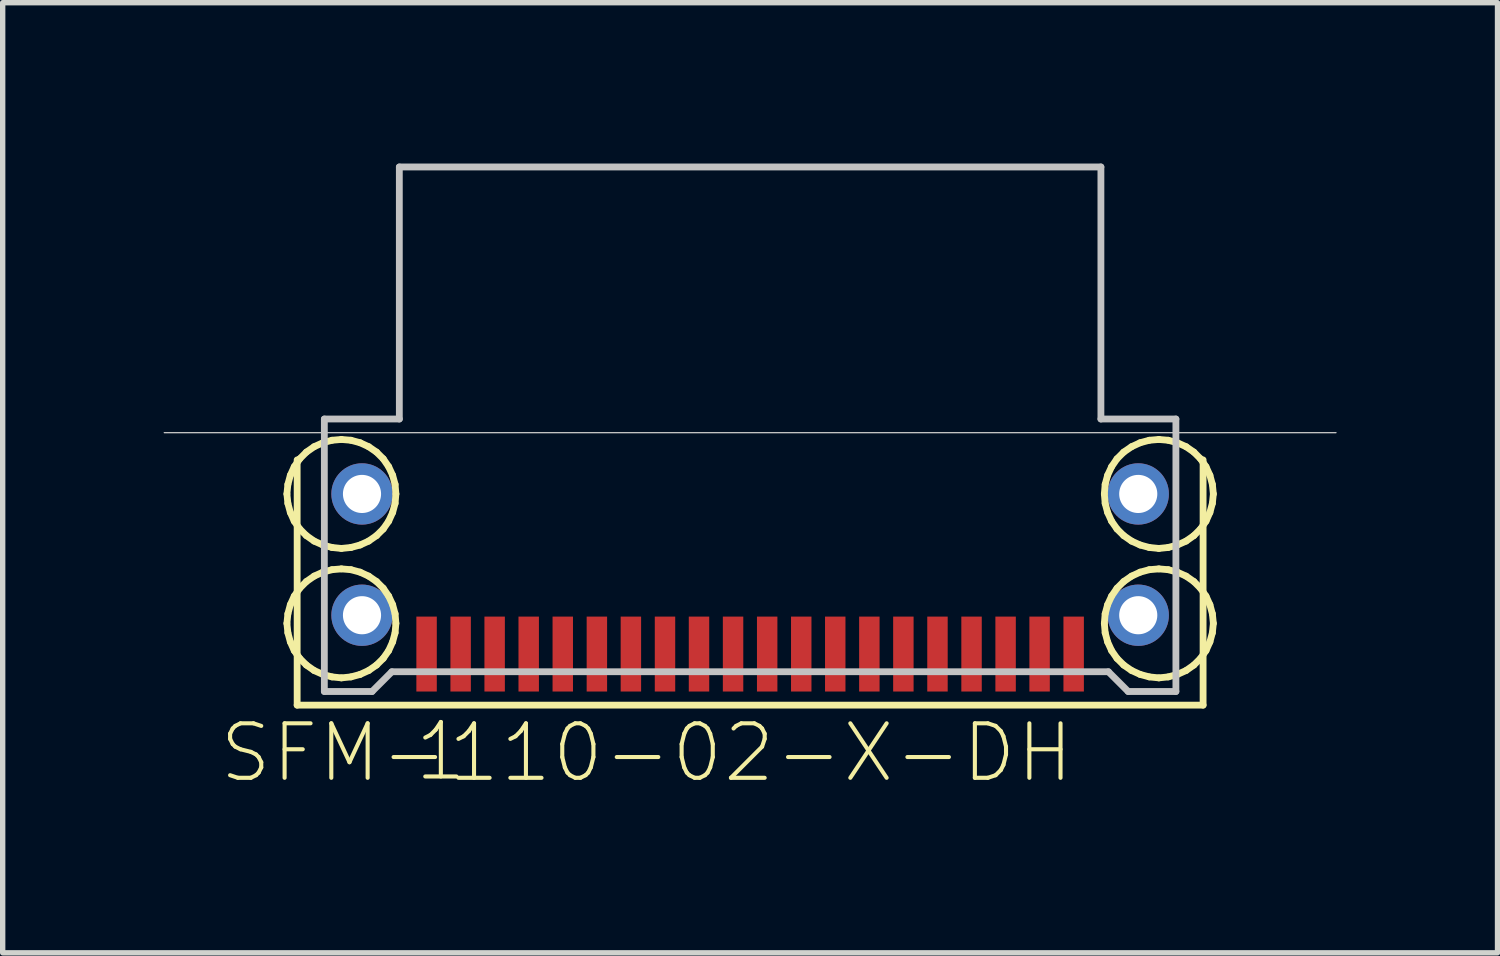
<source format=kicad_pcb>
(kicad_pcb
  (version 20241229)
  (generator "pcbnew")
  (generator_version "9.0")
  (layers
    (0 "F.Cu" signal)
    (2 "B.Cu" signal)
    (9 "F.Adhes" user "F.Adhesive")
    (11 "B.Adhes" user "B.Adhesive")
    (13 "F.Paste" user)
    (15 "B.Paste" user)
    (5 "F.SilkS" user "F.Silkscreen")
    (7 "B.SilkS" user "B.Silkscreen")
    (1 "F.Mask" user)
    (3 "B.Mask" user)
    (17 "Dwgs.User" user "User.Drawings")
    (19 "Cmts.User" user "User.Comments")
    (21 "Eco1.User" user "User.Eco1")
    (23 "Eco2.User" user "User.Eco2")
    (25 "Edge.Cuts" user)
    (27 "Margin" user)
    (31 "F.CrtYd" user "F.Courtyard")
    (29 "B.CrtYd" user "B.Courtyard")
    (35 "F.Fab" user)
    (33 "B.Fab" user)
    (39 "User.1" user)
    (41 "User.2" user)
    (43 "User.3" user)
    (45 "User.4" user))
  (footprint "SFM-110-02-X-DH"
    (layer "F.Cu")
    (at 10.935 5.016)
    (property "Reference" "SFM-110-02-X-DH" (at -1.93 5.969 0) (layer "F.SilkS") (effects (font (size 1.016 1.016) (thickness 0.076))))
    (attr smd)
    (fp_line (start -8.636 1.143) (end -8.618 0.965) (stroke (width 0.127) (type solid)) (layer "F.SilkS"))
    (fp_line (start -8.636 3.556) (end -8.618 3.378) (stroke (width 0.127) (type solid)) (layer "F.SilkS"))
    (fp_line (start -8.618 0.965) (end -8.572 0.795) (stroke (width 0.127) (type solid)) (layer "F.SilkS"))
    (fp_line (start -8.618 1.318) (end -8.636 1.143) (stroke (width 0.127) (type solid)) (layer "F.SilkS"))
    (fp_line (start -8.618 3.378) (end -8.572 3.208) (stroke (width 0.127) (type solid)) (layer "F.SilkS"))
    (fp_line (start -8.618 3.731) (end -8.636 3.556) (stroke (width 0.127) (type solid)) (layer "F.SilkS"))
    (fp_line (start -8.572 0.795) (end -8.499 0.635) (stroke (width 0.127) (type solid)) (layer "F.SilkS"))
    (fp_line (start -8.572 1.488) (end -8.618 1.318) (stroke (width 0.127) (type solid)) (layer "F.SilkS"))
    (fp_line (start -8.572 3.208) (end -8.499 3.048) (stroke (width 0.127) (type solid)) (layer "F.SilkS"))
    (fp_line (start -8.572 3.901) (end -8.618 3.731) (stroke (width 0.127) (type solid)) (layer "F.SilkS"))
    (fp_line (start -8.499 0.635) (end -8.397 0.488) (stroke (width 0.127) (type solid)) (layer "F.SilkS"))
    (fp_line (start -8.499 1.651) (end -8.572 1.488) (stroke (width 0.127) (type solid)) (layer "F.SilkS"))
    (fp_line (start -8.499 3.048) (end -8.397 2.901) (stroke (width 0.127) (type solid)) (layer "F.SilkS"))
    (fp_line (start -8.499 4.064) (end -8.572 3.901) (stroke (width 0.127) (type solid)) (layer "F.SilkS"))
    (fp_line (start -8.445 0.508) (end -8.445 5.08) (stroke (width 0.127) (type solid)) (layer "F.SilkS"))
    (fp_line (start -8.445 5.08) (end 8.445 5.08) (stroke (width 0.127) (type solid)) (layer "F.SilkS"))
    (fp_line (start -8.397 0.488) (end -8.273 0.363) (stroke (width 0.127) (type solid)) (layer "F.SilkS"))
    (fp_line (start -8.397 1.796) (end -8.499 1.651) (stroke (width 0.127) (type solid)) (layer "F.SilkS"))
    (fp_line (start -8.397 2.901) (end -8.273 2.776) (stroke (width 0.127) (type solid)) (layer "F.SilkS"))
    (fp_line (start -8.397 4.209) (end -8.499 4.064) (stroke (width 0.127) (type solid)) (layer "F.SilkS"))
    (fp_line (start -8.273 0.363) (end -8.128 0.262) (stroke (width 0.127) (type solid)) (layer "F.SilkS"))
    (fp_line (start -8.273 1.92) (end -8.397 1.796) (stroke (width 0.127) (type solid)) (layer "F.SilkS"))
    (fp_line (start -8.273 2.776) (end -8.128 2.675) (stroke (width 0.127) (type solid)) (layer "F.SilkS"))
    (fp_line (start -8.273 4.333) (end -8.397 4.209) (stroke (width 0.127) (type solid)) (layer "F.SilkS"))
    (fp_line (start -8.128 0.262) (end -7.965 0.188) (stroke (width 0.127) (type solid)) (layer "F.SilkS"))
    (fp_line (start -8.128 2.022) (end -8.273 1.92) (stroke (width 0.127) (type solid)) (layer "F.SilkS"))
    (fp_line (start -8.128 2.675) (end -7.965 2.601) (stroke (width 0.127) (type solid)) (layer "F.SilkS"))
    (fp_line (start -8.128 4.435) (end -8.273 4.333) (stroke (width 0.127) (type solid)) (layer "F.SilkS"))
    (fp_line (start -7.965 0.188) (end -7.795 0.142) (stroke (width 0.127) (type solid)) (layer "F.SilkS"))
    (fp_line (start -7.965 2.095) (end -8.128 2.022) (stroke (width 0.127) (type solid)) (layer "F.SilkS"))
    (fp_line (start -7.965 2.601) (end -7.795 2.555) (stroke (width 0.127) (type solid)) (layer "F.SilkS"))
    (fp_line (start -7.965 4.508) (end -8.128 4.435) (stroke (width 0.127) (type solid)) (layer "F.SilkS"))
    (fp_line (start -7.795 0.142) (end -7.62 0.127) (stroke (width 0.127) (type solid)) (layer "F.SilkS"))
    (fp_line (start -7.795 2.141) (end -7.965 2.095) (stroke (width 0.127) (type solid)) (layer "F.SilkS"))
    (fp_line (start -7.795 2.555) (end -7.62 2.54) (stroke (width 0.127) (type solid)) (layer "F.SilkS"))
    (fp_line (start -7.795 4.554) (end -7.965 4.508) (stroke (width 0.127) (type solid)) (layer "F.SilkS"))
    (fp_line (start -7.62 0.127) (end -7.442 0.142) (stroke (width 0.127) (type solid)) (layer "F.SilkS"))
    (fp_line (start -7.62 2.159) (end -7.795 2.141) (stroke (width 0.127) (type solid)) (layer "F.SilkS"))
    (fp_line (start -7.62 2.54) (end -7.442 2.555) (stroke (width 0.127) (type solid)) (layer "F.SilkS"))
    (fp_line (start -7.62 4.572) (end -7.795 4.554) (stroke (width 0.127) (type solid)) (layer "F.SilkS"))
    (fp_line (start -7.442 0.142) (end -7.272 0.188) (stroke (width 0.127) (type solid)) (layer "F.SilkS"))
    (fp_line (start -7.442 2.141) (end -7.62 2.159) (stroke (width 0.127) (type solid)) (layer "F.SilkS"))
    (fp_line (start -7.442 2.555) (end -7.272 2.601) (stroke (width 0.127) (type solid)) (layer "F.SilkS"))
    (fp_line (start -7.442 4.554) (end -7.62 4.572) (stroke (width 0.127) (type solid)) (layer "F.SilkS"))
    (fp_line (start -7.272 0.188) (end -7.112 0.262) (stroke (width 0.127) (type solid)) (layer "F.SilkS"))
    (fp_line (start -7.272 2.095) (end -7.442 2.141) (stroke (width 0.127) (type solid)) (layer "F.SilkS"))
    (fp_line (start -7.272 2.601) (end -7.112 2.675) (stroke (width 0.127) (type solid)) (layer "F.SilkS"))
    (fp_line (start -7.272 4.508) (end -7.442 4.554) (stroke (width 0.127) (type solid)) (layer "F.SilkS"))
    (fp_line (start -7.112 0.262) (end -6.965 0.363) (stroke (width 0.127) (type solid)) (layer "F.SilkS"))
    (fp_line (start -7.112 2.022) (end -7.272 2.095) (stroke (width 0.127) (type solid)) (layer "F.SilkS"))
    (fp_line (start -7.112 2.675) (end -6.965 2.776) (stroke (width 0.127) (type solid)) (layer "F.SilkS"))
    (fp_line (start -7.112 4.435) (end -7.272 4.508) (stroke (width 0.127) (type solid)) (layer "F.SilkS"))
    (fp_line (start -6.965 0.363) (end -6.84 0.488) (stroke (width 0.127) (type solid)) (layer "F.SilkS"))
    (fp_line (start -6.965 1.92) (end -7.112 2.022) (stroke (width 0.127) (type solid)) (layer "F.SilkS"))
    (fp_line (start -6.965 2.776) (end -6.84 2.901) (stroke (width 0.127) (type solid)) (layer "F.SilkS"))
    (fp_line (start -6.965 4.333) (end -7.112 4.435) (stroke (width 0.127) (type solid)) (layer "F.SilkS"))
    (fp_line (start -6.84 0.488) (end -6.739 0.635) (stroke (width 0.127) (type solid)) (layer "F.SilkS"))
    (fp_line (start -6.84 1.796) (end -6.965 1.92) (stroke (width 0.127) (type solid)) (layer "F.SilkS"))
    (fp_line (start -6.84 2.901) (end -6.739 3.048) (stroke (width 0.127) (type solid)) (layer "F.SilkS"))
    (fp_line (start -6.84 4.209) (end -6.965 4.333) (stroke (width 0.127) (type solid)) (layer "F.SilkS"))
    (fp_line (start -6.739 0.635) (end -6.665 0.795) (stroke (width 0.127) (type solid)) (layer "F.SilkS"))
    (fp_line (start -6.739 1.651) (end -6.84 1.796) (stroke (width 0.127) (type solid)) (layer "F.SilkS"))
    (fp_line (start -6.739 3.048) (end -6.665 3.208) (stroke (width 0.127) (type solid)) (layer "F.SilkS"))
    (fp_line (start -6.739 4.064) (end -6.84 4.209) (stroke (width 0.127) (type solid)) (layer "F.SilkS"))
    (fp_line (start -6.665 0.795) (end -6.619 0.965) (stroke (width 0.127) (type solid)) (layer "F.SilkS"))
    (fp_line (start -6.665 1.488) (end -6.739 1.651) (stroke (width 0.127) (type solid)) (layer "F.SilkS"))
    (fp_line (start -6.665 3.208) (end -6.619 3.378) (stroke (width 0.127) (type solid)) (layer "F.SilkS"))
    (fp_line (start -6.665 3.901) (end -6.739 4.064) (stroke (width 0.127) (type solid)) (layer "F.SilkS"))
    (fp_line (start -6.619 0.965) (end -6.604 1.143) (stroke (width 0.127) (type solid)) (layer "F.SilkS"))
    (fp_line (start -6.619 1.318) (end -6.665 1.488) (stroke (width 0.127) (type solid)) (layer "F.SilkS"))
    (fp_line (start -6.619 3.378) (end -6.604 3.556) (stroke (width 0.127) (type solid)) (layer "F.SilkS"))
    (fp_line (start -6.619 3.731) (end -6.665 3.901) (stroke (width 0.127) (type solid)) (layer "F.SilkS"))
    (fp_line (start -6.604 1.143) (end -6.619 1.318) (stroke (width 0.127) (type solid)) (layer "F.SilkS"))
    (fp_line (start -6.604 3.556) (end -6.619 3.731) (stroke (width 0.127) (type solid)) (layer "F.SilkS"))
    (fp_line (start 6.604 1.143) (end 6.619 0.965) (stroke (width 0.127) (type solid)) (layer "F.SilkS"))
    (fp_line (start 6.604 3.556) (end 6.619 3.378) (stroke (width 0.127) (type solid)) (layer "F.SilkS"))
    (fp_line (start 6.619 0.965) (end 6.665 0.795) (stroke (width 0.127) (type solid)) (layer "F.SilkS"))
    (fp_line (start 6.619 1.318) (end 6.604 1.143) (stroke (width 0.127) (type solid)) (layer "F.SilkS"))
    (fp_line (start 6.619 3.378) (end 6.665 3.208) (stroke (width 0.127) (type solid)) (layer "F.SilkS"))
    (fp_line (start 6.619 3.731) (end 6.604 3.556) (stroke (width 0.127) (type solid)) (layer "F.SilkS"))
    (fp_line (start 6.665 0.795) (end 6.739 0.635) (stroke (width 0.127) (type solid)) (layer "F.SilkS"))
    (fp_line (start 6.665 1.488) (end 6.619 1.318) (stroke (width 0.127) (type solid)) (layer "F.SilkS"))
    (fp_line (start 6.665 3.208) (end 6.739 3.048) (stroke (width 0.127) (type solid)) (layer "F.SilkS"))
    (fp_line (start 6.665 3.901) (end 6.619 3.731) (stroke (width 0.127) (type solid)) (layer "F.SilkS"))
    (fp_line (start 6.739 0.635) (end 6.84 0.488) (stroke (width 0.127) (type solid)) (layer "F.SilkS"))
    (fp_line (start 6.739 1.651) (end 6.665 1.488) (stroke (width 0.127) (type solid)) (layer "F.SilkS"))
    (fp_line (start 6.739 3.048) (end 6.84 2.901) (stroke (width 0.127) (type solid)) (layer "F.SilkS"))
    (fp_line (start 6.739 4.064) (end 6.665 3.901) (stroke (width 0.127) (type solid)) (layer "F.SilkS"))
    (fp_line (start 6.84 0.488) (end 6.965 0.363) (stroke (width 0.127) (type solid)) (layer "F.SilkS"))
    (fp_line (start 6.84 1.796) (end 6.739 1.651) (stroke (width 0.127) (type solid)) (layer "F.SilkS"))
    (fp_line (start 6.84 2.901) (end 6.965 2.776) (stroke (width 0.127) (type solid)) (layer "F.SilkS"))
    (fp_line (start 6.84 4.209) (end 6.739 4.064) (stroke (width 0.127) (type solid)) (layer "F.SilkS"))
    (fp_line (start 6.965 0.363) (end 7.112 0.262) (stroke (width 0.127) (type solid)) (layer "F.SilkS"))
    (fp_line (start 6.965 1.92) (end 6.84 1.796) (stroke (width 0.127) (type solid)) (layer "F.SilkS"))
    (fp_line (start 6.965 2.776) (end 7.112 2.675) (stroke (width 0.127) (type solid)) (layer "F.SilkS"))
    (fp_line (start 6.965 4.333) (end 6.84 4.209) (stroke (width 0.127) (type solid)) (layer "F.SilkS"))
    (fp_line (start 7.112 0.262) (end 7.272 0.188) (stroke (width 0.127) (type solid)) (layer "F.SilkS"))
    (fp_line (start 7.112 2.022) (end 6.965 1.92) (stroke (width 0.127) (type solid)) (layer "F.SilkS"))
    (fp_line (start 7.112 2.675) (end 7.272 2.601) (stroke (width 0.127) (type solid)) (layer "F.SilkS"))
    (fp_line (start 7.112 4.435) (end 6.965 4.333) (stroke (width 0.127) (type solid)) (layer "F.SilkS"))
    (fp_line (start 7.272 0.188) (end 7.442 0.142) (stroke (width 0.127) (type solid)) (layer "F.SilkS"))
    (fp_line (start 7.272 2.095) (end 7.112 2.022) (stroke (width 0.127) (type solid)) (layer "F.SilkS"))
    (fp_line (start 7.272 2.601) (end 7.442 2.555) (stroke (width 0.127) (type solid)) (layer "F.SilkS"))
    (fp_line (start 7.272 4.508) (end 7.112 4.435) (stroke (width 0.127) (type solid)) (layer "F.SilkS"))
    (fp_line (start 7.442 0.142) (end 7.62 0.127) (stroke (width 0.127) (type solid)) (layer "F.SilkS"))
    (fp_line (start 7.442 2.141) (end 7.272 2.095) (stroke (width 0.127) (type solid)) (layer "F.SilkS"))
    (fp_line (start 7.442 2.555) (end 7.62 2.54) (stroke (width 0.127) (type solid)) (layer "F.SilkS"))
    (fp_line (start 7.442 4.554) (end 7.272 4.508) (stroke (width 0.127) (type solid)) (layer "F.SilkS"))
    (fp_line (start 7.62 0.127) (end 7.795 0.142) (stroke (width 0.127) (type solid)) (layer "F.SilkS"))
    (fp_line (start 7.62 2.159) (end 7.442 2.141) (stroke (width 0.127) (type solid)) (layer "F.SilkS"))
    (fp_line (start 7.62 2.54) (end 7.795 2.555) (stroke (width 0.127) (type solid)) (layer "F.SilkS"))
    (fp_line (start 7.62 4.572) (end 7.442 4.554) (stroke (width 0.127) (type solid)) (layer "F.SilkS"))
    (fp_line (start 7.795 0.142) (end 7.965 0.188) (stroke (width 0.127) (type solid)) (layer "F.SilkS"))
    (fp_line (start 7.795 2.141) (end 7.62 2.159) (stroke (width 0.127) (type solid)) (layer "F.SilkS"))
    (fp_line (start 7.795 2.555) (end 7.965 2.601) (stroke (width 0.127) (type solid)) (layer "F.SilkS"))
    (fp_line (start 7.795 4.554) (end 7.62 4.572) (stroke (width 0.127) (type solid)) (layer "F.SilkS"))
    (fp_line (start 7.965 0.188) (end 8.128 0.262) (stroke (width 0.127) (type solid)) (layer "F.SilkS"))
    (fp_line (start 7.965 2.095) (end 7.795 2.141) (stroke (width 0.127) (type solid)) (layer "F.SilkS"))
    (fp_line (start 7.965 2.601) (end 8.128 2.675) (stroke (width 0.127) (type solid)) (layer "F.SilkS"))
    (fp_line (start 7.965 4.508) (end 7.795 4.554) (stroke (width 0.127) (type solid)) (layer "F.SilkS"))
    (fp_line (start 8.128 0.262) (end 8.273 0.363) (stroke (width 0.127) (type solid)) (layer "F.SilkS"))
    (fp_line (start 8.128 2.022) (end 7.965 2.095) (stroke (width 0.127) (type solid)) (layer "F.SilkS"))
    (fp_line (start 8.128 2.675) (end 8.273 2.776) (stroke (width 0.127) (type solid)) (layer "F.SilkS"))
    (fp_line (start 8.128 4.435) (end 7.965 4.508) (stroke (width 0.127) (type solid)) (layer "F.SilkS"))
    (fp_line (start 8.273 0.363) (end 8.397 0.488) (stroke (width 0.127) (type solid)) (layer "F.SilkS"))
    (fp_line (start 8.273 1.92) (end 8.128 2.022) (stroke (width 0.127) (type solid)) (layer "F.SilkS"))
    (fp_line (start 8.273 2.776) (end 8.397 2.901) (stroke (width 0.127) (type solid)) (layer "F.SilkS"))
    (fp_line (start 8.273 4.333) (end 8.128 4.435) (stroke (width 0.127) (type solid)) (layer "F.SilkS"))
    (fp_line (start 8.397 0.488) (end 8.499 0.635) (stroke (width 0.127) (type solid)) (layer "F.SilkS"))
    (fp_line (start 8.397 1.796) (end 8.273 1.92) (stroke (width 0.127) (type solid)) (layer "F.SilkS"))
    (fp_line (start 8.397 2.901) (end 8.499 3.048) (stroke (width 0.127) (type solid)) (layer "F.SilkS"))
    (fp_line (start 8.397 4.209) (end 8.273 4.333) (stroke (width 0.127) (type solid)) (layer "F.SilkS"))
    (fp_line (start 8.445 5.08) (end 8.445 0.508) (stroke (width 0.127) (type solid)) (layer "F.SilkS"))
    (fp_line (start 8.499 0.635) (end 8.572 0.795) (stroke (width 0.127) (type solid)) (layer "F.SilkS"))
    (fp_line (start 8.499 1.651) (end 8.397 1.796) (stroke (width 0.127) (type solid)) (layer "F.SilkS"))
    (fp_line (start 8.499 3.048) (end 8.572 3.208) (stroke (width 0.127) (type solid)) (layer "F.SilkS"))
    (fp_line (start 8.499 4.064) (end 8.397 4.209) (stroke (width 0.127) (type solid)) (layer "F.SilkS"))
    (fp_line (start 8.572 0.795) (end 8.618 0.965) (stroke (width 0.127) (type solid)) (layer "F.SilkS"))
    (fp_line (start 8.572 1.488) (end 8.499 1.651) (stroke (width 0.127) (type solid)) (layer "F.SilkS"))
    (fp_line (start 8.572 3.208) (end 8.618 3.378) (stroke (width 0.127) (type solid)) (layer "F.SilkS"))
    (fp_line (start 8.572 3.901) (end 8.499 4.064) (stroke (width 0.127) (type solid)) (layer "F.SilkS"))
    (fp_line (start 8.618 0.965) (end 8.636 1.143) (stroke (width 0.127) (type solid)) (layer "F.SilkS"))
    (fp_line (start 8.618 1.318) (end 8.572 1.488) (stroke (width 0.127) (type solid)) (layer "F.SilkS"))
    (fp_line (start 8.618 3.378) (end 8.636 3.556) (stroke (width 0.127) (type solid)) (layer "F.SilkS"))
    (fp_line (start 8.618 3.731) (end 8.572 3.901) (stroke (width 0.127) (type solid)) (layer "F.SilkS"))
    (fp_line (start 8.636 1.143) (end 8.618 1.318) (stroke (width 0.127) (type solid)) (layer "F.SilkS"))
    (fp_line (start 8.636 3.556) (end 8.618 3.731) (stroke (width 0.127) (type solid)) (layer "F.SilkS"))
    (fp_line (start -10.922 0) (end 10.922 0) (stroke (width 0.025) (type solid)) (layer "Dwgs.User"))
    (fp_line (start -7.938 -0.254) (end -6.54 -0.254) (stroke (width 0.127) (type solid)) (layer "Dwgs.User"))
    (fp_line (start -7.938 4.826) (end -7.938 -0.254) (stroke (width 0.127) (type solid)) (layer "Dwgs.User"))
    (fp_line (start -7.048 4.826) (end -7.938 4.826) (stroke (width 0.127) (type solid)) (layer "Dwgs.User"))
    (fp_line (start -6.68 4.458) (end -7.048 4.826) (stroke (width 0.127) (type solid)) (layer "Dwgs.User"))
    (fp_line (start -6.54 -4.953) (end 6.54 -4.953) (stroke (width 0.127) (type solid)) (layer "Dwgs.User"))
    (fp_line (start -6.54 -0.254) (end -6.54 -4.953) (stroke (width 0.127) (type solid)) (layer "Dwgs.User"))
    (fp_line (start 6.54 -4.953) (end 6.54 -0.254) (stroke (width 0.127) (type solid)) (layer "Dwgs.User"))
    (fp_line (start 6.54 -0.254) (end 7.938 -0.254) (stroke (width 0.127) (type solid)) (layer "Dwgs.User"))
    (fp_line (start 6.68 4.458) (end -6.68 4.458) (stroke (width 0.127) (type solid)) (layer "Dwgs.User"))
    (fp_line (start 7.048 4.826) (end 6.68 4.458) (stroke (width 0.127) (type solid)) (layer "Dwgs.User"))
    (fp_line (start 7.938 -0.254) (end 7.938 4.826) (stroke (width 0.127) (type solid)) (layer "Dwgs.User"))
    (fp_line (start 7.938 4.826) (end 7.048 4.826) (stroke (width 0.127) (type solid)) (layer "Dwgs.User"))
    (fp_text user "1" (at -5.766 5.944 0) (layer "F.SilkS") (effects (font (size 1.016 1.016) (thickness 0.076))))
    (pad "1" smd rect (at -6.032 4.128) (size 0.381 1.397) (layers "F.Cu" "F.Mask" "F.Paste"))
    (pad "2" smd rect (at -5.397 4.128) (size 0.381 1.397) (layers "F.Cu" "F.Mask" "F.Paste"))
    (pad "3" smd rect (at -4.763 4.128) (size 0.381 1.397) (layers "F.Cu" "F.Mask" "F.Paste"))
    (pad "4" smd rect (at -4.128 4.128) (size 0.381 1.397) (layers "F.Cu" "F.Mask" "F.Paste"))
    (pad "5" smd rect (at -3.493 4.128) (size 0.381 1.397) (layers "F.Cu" "F.Mask" "F.Paste"))
    (pad "6" smd rect (at -2.857 4.128) (size 0.381 1.397) (layers "F.Cu" "F.Mask" "F.Paste"))
    (pad "7" smd rect (at -2.223 4.128) (size 0.381 1.397) (layers "F.Cu" "F.Mask" "F.Paste"))
    (pad "8" smd rect (at -1.587 4.128) (size 0.381 1.397) (layers "F.Cu" "F.Mask" "F.Paste"))
    (pad "9" smd rect (at -0.953 4.128) (size 0.381 1.397) (layers "F.Cu" "F.Mask" "F.Paste"))
    (pad "10" smd rect (at -0.318 4.128) (size 0.381 1.397) (layers "F.Cu" "F.Mask" "F.Paste"))
    (pad "11" smd rect (at 0.318 4.128) (size 0.381 1.397) (layers "F.Cu" "F.Mask" "F.Paste"))
    (pad "12" smd rect (at 0.953 4.128) (size 0.381 1.397) (layers "F.Cu" "F.Mask" "F.Paste"))
    (pad "13" smd rect (at 1.587 4.128) (size 0.381 1.397) (layers "F.Cu" "F.Mask" "F.Paste"))
    (pad "14" smd rect (at 2.223 4.128) (size 0.381 1.397) (layers "F.Cu" "F.Mask" "F.Paste"))
    (pad "15" smd rect (at 2.857 4.128) (size 0.381 1.397) (layers "F.Cu" "F.Mask" "F.Paste"))
    (pad "16" smd rect (at 3.493 4.128) (size 0.381 1.397) (layers "F.Cu" "F.Mask" "F.Paste"))
    (pad "17" smd rect (at 4.128 4.128) (size 0.381 1.397) (layers "F.Cu" "F.Mask" "F.Paste"))
    (pad "18" smd rect (at 4.763 4.128) (size 0.381 1.397) (layers "F.Cu" "F.Mask" "F.Paste"))
    (pad "19" smd rect (at 5.397 4.128) (size 0.381 1.397) (layers "F.Cu" "F.Mask" "F.Paste"))
    (pad "20" smd rect (at 6.032 4.128) (size 0.381 1.397) (layers "F.Cu" "F.Mask" "F.Paste"))
    (pad "G1" thru_hole circle (at -7.236 1.143) (size 1.143 1.143) (drill 0.711) (layers "*.Cu" "*.Paste" "*.Mask"))
    (pad "G2" thru_hole circle (at 7.236 1.143) (size 1.143 1.143) (drill 0.711) (layers "*.Cu" "*.Paste" "*.Mask"))
    (pad "G3" thru_hole circle (at -7.236 3.404) (size 1.143 1.143) (drill 0.711) (layers "*.Cu" "*.Paste" "*.Mask"))
    (pad "G4" thru_hole circle (at 7.236 3.404) (size 1.143 1.143) (drill 0.711) (layers "*.Cu" "*.Paste" "*.Mask")))
  (gr_rect
    (start -3 -3)
    (end 24.869 14.714)
    (stroke (width 0.1) (type default))
    (fill no)
    (layer "Edge.Cuts")))
</source>
